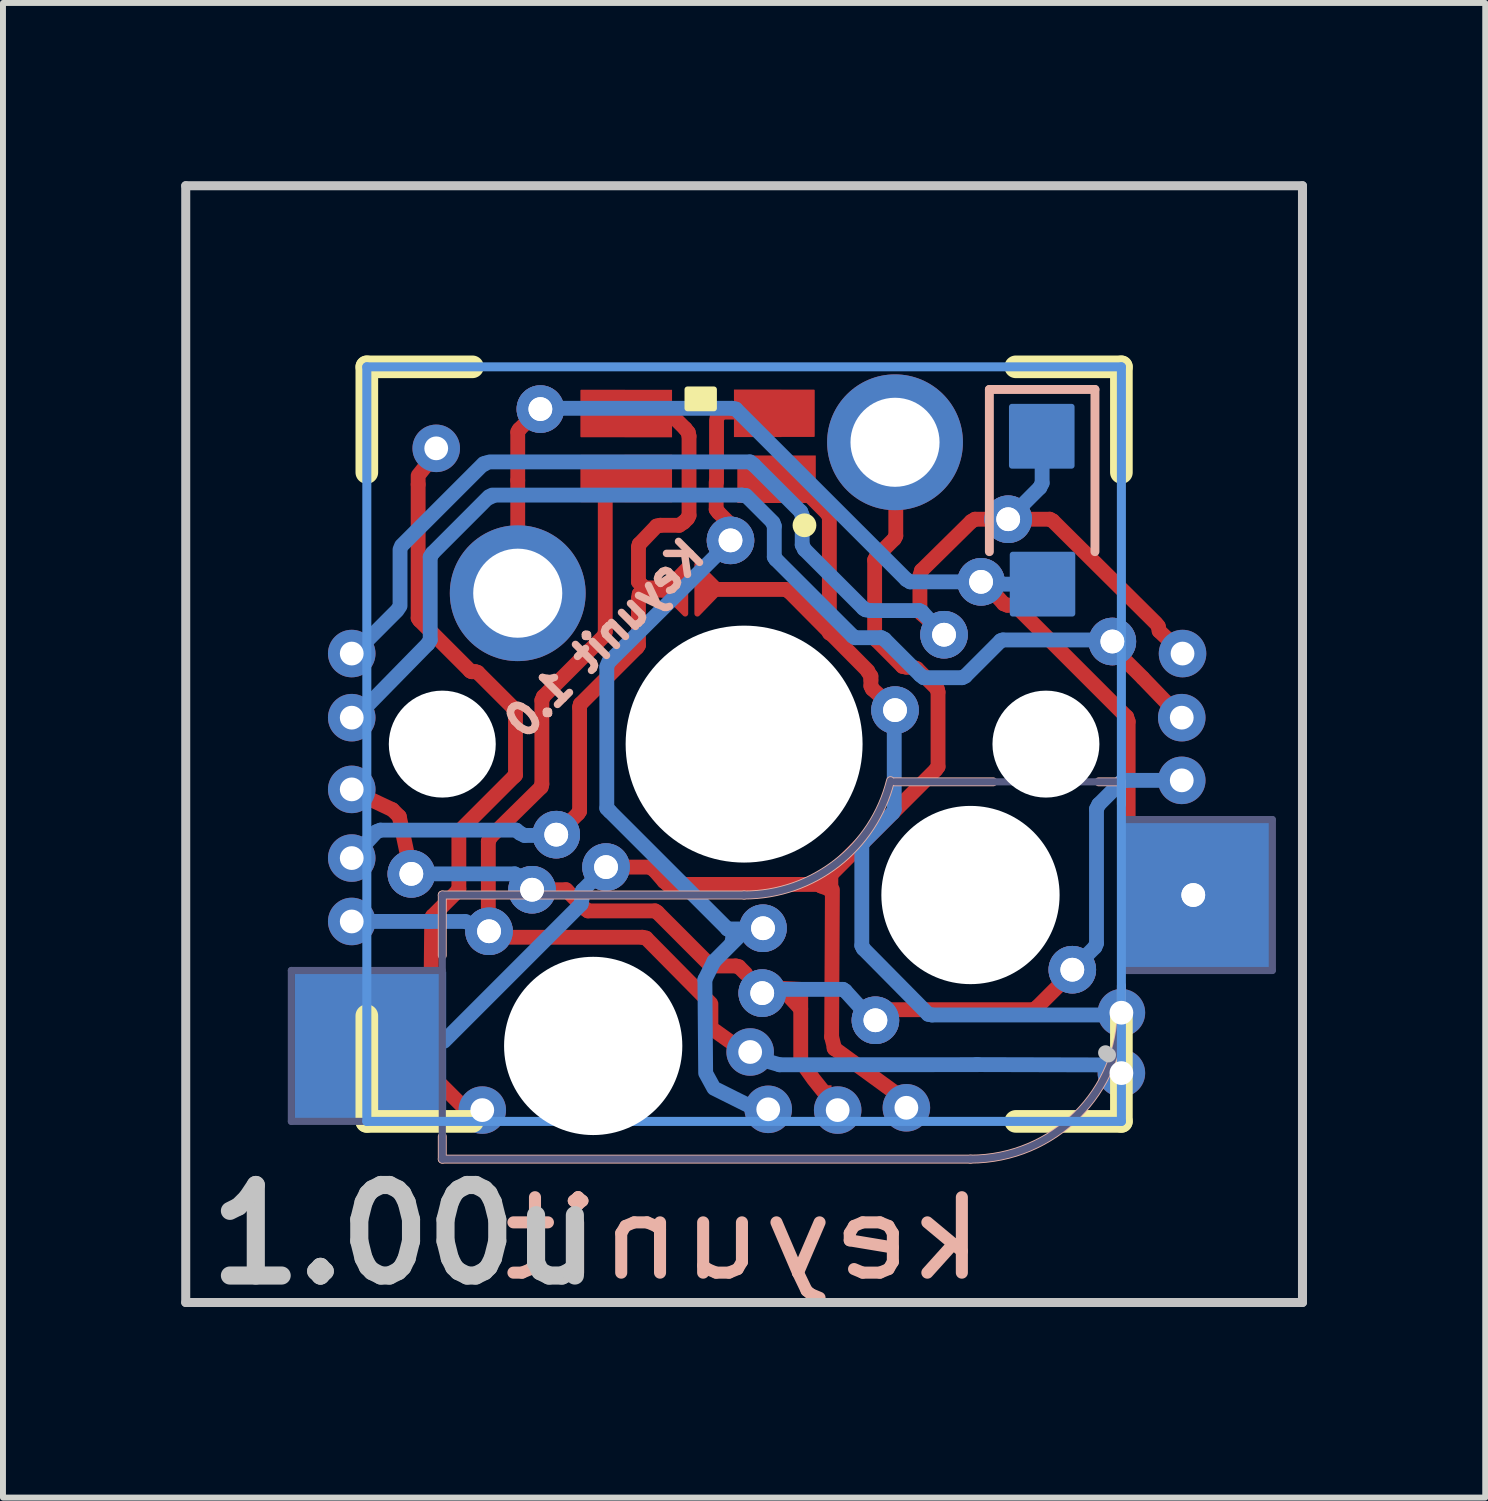
<source format=kicad_pcb>
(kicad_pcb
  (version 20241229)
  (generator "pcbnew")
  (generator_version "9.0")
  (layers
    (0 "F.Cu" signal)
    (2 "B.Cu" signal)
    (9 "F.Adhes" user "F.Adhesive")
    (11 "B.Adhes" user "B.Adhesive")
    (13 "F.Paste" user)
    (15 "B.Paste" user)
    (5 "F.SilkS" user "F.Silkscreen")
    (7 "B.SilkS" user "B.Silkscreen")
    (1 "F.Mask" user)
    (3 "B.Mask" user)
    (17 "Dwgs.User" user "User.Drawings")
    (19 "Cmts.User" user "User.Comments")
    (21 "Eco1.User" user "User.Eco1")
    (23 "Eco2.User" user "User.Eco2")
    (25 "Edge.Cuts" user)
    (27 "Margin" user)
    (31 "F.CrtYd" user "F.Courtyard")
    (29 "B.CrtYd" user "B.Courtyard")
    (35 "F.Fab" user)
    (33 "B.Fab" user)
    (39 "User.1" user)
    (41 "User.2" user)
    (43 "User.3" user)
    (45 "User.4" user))
  (footprint "keyunit"
    (layer "F.Cu")
    (at 9.474 9.474)
    (property "Reference" "keyunit" (at 0 8.319 0) (layer "B.SilkS") (effects (font (size 1.27 1.524) (thickness 0.203)) (justify mirror)))
    (attr through_hole)
    (fp_line (start -5.918 1.105) (end -5.804 1.219) (stroke (width 0.25) (type solid)) (layer "F.Cu"))
    (fp_line (start -5.804 1.219) (end -5.664 1.88) (stroke (width 0.25) (type solid)) (layer "F.Cu"))
    (fp_line (start -5.486 -4.369) (end -5.486 -2.121) (stroke (width 0.25) (type solid)) (layer "F.Cu"))
    (fp_line (start -5.486 -2.121) (end -5.461 -2.083) (stroke (width 0.25) (type solid)) (layer "F.Cu"))
    (fp_line (start -5.461 -2.083) (end -4.61 -1.232) (stroke (width 0.25) (type solid)) (layer "F.Cu"))
    (fp_line (start -4.826 2.477) (end -5.245 2.896) (stroke (width 0.25) (type solid)) (layer "F.Cu"))
    (fp_line (start -4.801 1.511) (end -4.801 2.438) (stroke (width 0.25) (type solid)) (layer "F.Cu"))
    (fp_line (start -4.801 2.438) (end -4.826 2.477) (stroke (width 0.25) (type solid)) (layer "F.Cu"))
    (fp_line (start -4.775 1.448) (end -4.801 1.511) (stroke (width 0.25) (type solid)) (layer "F.Cu"))
    (fp_line (start -4.61 -1.232) (end -4.585 -1.219) (stroke (width 0.25) (type solid)) (layer "F.Cu"))
    (fp_line (start -4.585 -1.219) (end -4.521 -1.219) (stroke (width 0.25) (type solid)) (layer "F.Cu"))
    (fp_line (start -4.521 -1.219) (end -4.483 -1.206) (stroke (width 0.25) (type solid)) (layer "F.Cu"))
    (fp_line (start -4.483 -1.206) (end -3.886 -0.61) (stroke (width 0.25) (type solid)) (layer "F.Cu"))
    (fp_line (start -4.305 1.638) (end -4.267 1.562) (stroke (width 0.25) (type solid)) (layer "F.Cu"))
    (fp_line (start -4.305 2.845) (end -4.305 1.638) (stroke (width 0.25) (type solid)) (layer "F.Cu"))
    (fp_line (start -4.267 1.562) (end -3.416 0.724) (stroke (width 0.25) (type solid)) (layer "F.Cu"))
    (fp_line (start -3.988 3.251) (end -1.714 3.251) (stroke (width 0.25) (type solid)) (layer "F.Cu"))
    (fp_line (start -3.886 -0.61) (end -3.848 -0.559) (stroke (width 0.25) (type solid)) (layer "F.Cu"))
    (fp_line (start -3.873 0.546) (end -4.775 1.448) (stroke (width 0.25) (type solid)) (layer "F.Cu"))
    (fp_line (start -3.848 -0.559) (end -3.848 0.521) (stroke (width 0.25) (type solid)) (layer "F.Cu"))
    (fp_line (start -3.848 0.521) (end -3.873 0.546) (stroke (width 0.25) (type solid)) (layer "F.Cu"))
    (fp_line (start -3.81 -5.258) (end -3.785 -5.296) (stroke (width 0.25) (type solid)) (layer "F.Cu"))
    (fp_line (start -3.81 -5.237) (end -3.81 -4.44) (stroke (width 0.25) (type solid)) (layer "F.Cu"))
    (fp_line (start -3.785 -5.296) (end -3.683 -5.397) (stroke (width 0.25) (type solid)) (layer "F.Cu"))
    (fp_line (start -3.416 0.724) (end -3.404 0.673) (stroke (width 0.25) (type solid)) (layer "F.Cu"))
    (fp_line (start -3.404 -0.737) (end -3.378 -0.8) (stroke (width 0.25) (type solid)) (layer "F.Cu"))
    (fp_line (start -3.404 0.673) (end -3.404 -0.737) (stroke (width 0.25) (type solid)) (layer "F.Cu"))
    (fp_line (start -3.378 -0.8) (end -2.349 -1.829) (stroke (width 0.25) (type solid)) (layer "F.Cu"))
    (fp_line (start -3.264 2.451) (end -2.997 2.451) (stroke (width 0.25) (type solid)) (layer "F.Cu"))
    (fp_line (start -2.997 2.451) (end -2.972 2.477) (stroke (width 0.25) (type solid)) (layer "F.Cu"))
    (fp_line (start -2.972 2.477) (end -2.68 2.769) (stroke (width 0.25) (type solid)) (layer "F.Cu"))
    (fp_line (start -2.794 1.168) (end -2.908 1.283) (stroke (width 0.25) (type solid)) (layer "F.Cu"))
    (fp_line (start -2.769 -0.622) (end -2.769 1.13) (stroke (width 0.25) (type solid)) (layer "F.Cu"))
    (fp_line (start -2.769 1.13) (end -2.794 1.168) (stroke (width 0.25) (type solid)) (layer "F.Cu"))
    (fp_line (start -2.756 -0.673) (end -2.769 -0.622) (stroke (width 0.25) (type solid)) (layer "F.Cu"))
    (fp_line (start -2.68 2.769) (end -2.629 2.807) (stroke (width 0.25) (type solid)) (layer "F.Cu"))
    (fp_line (start -2.629 2.807) (end -1.499 2.807) (stroke (width 0.25) (type solid)) (layer "F.Cu"))
    (fp_line (start -2.349 -1.829) (end -2.337 -1.892) (stroke (width 0.25) (type solid)) (layer "F.Cu"))
    (fp_line (start -1.968 2.07) (end -1.587 2.07) (stroke (width 0.25) (type solid)) (layer "F.Cu"))
    (fp_line (start -1.803 -1.626) (end -2.756 -0.673) (stroke (width 0.25) (type solid)) (layer "F.Cu"))
    (fp_line (start -1.778 -3.315) (end -1.778 -2.731) (stroke (width 0.25) (type solid)) (layer "F.Cu"))
    (fp_line (start -1.778 -2.731) (end -1.74 -2.692) (stroke (width 0.25) (type solid)) (layer "F.Cu"))
    (fp_line (start -1.778 -2.451) (end -1.778 -1.664) (stroke (width 0.25) (type solid)) (layer "F.Cu"))
    (fp_line (start -1.778 -1.664) (end -1.803 -1.626) (stroke (width 0.25) (type solid)) (layer "F.Cu"))
    (fp_line (start -1.765 -3.365) (end -1.778 -3.315) (stroke (width 0.25) (type solid)) (layer "F.Cu"))
    (fp_line (start -1.765 -2.527) (end -1.778 -2.451) (stroke (width 0.25) (type solid)) (layer "F.Cu"))
    (fp_line (start -1.74 -2.692) (end -1.676 -2.629) (stroke (width 0.25) (type solid)) (layer "F.Cu"))
    (fp_line (start -1.714 3.251) (end -1.651 3.264) (stroke (width 0.25) (type solid)) (layer "F.Cu"))
    (fp_line (start -1.702 -2.591) (end -1.765 -2.527) (stroke (width 0.25) (type solid)) (layer "F.Cu"))
    (fp_line (start -1.676 -2.629) (end -1.346 -2.629) (stroke (width 0.25) (type solid)) (layer "F.Cu"))
    (fp_line (start -1.587 2.07) (end -1.511 2.121) (stroke (width 0.25) (type solid)) (layer "F.Cu"))
    (fp_line (start -1.511 2.121) (end -1.346 2.311) (stroke (width 0.25) (type solid)) (layer "F.Cu"))
    (fp_line (start -1.499 2.807) (end -1.46 2.832) (stroke (width 0.25) (type solid)) (layer "F.Cu"))
    (fp_line (start -1.473 -3.67) (end -1.765 -3.365) (stroke (width 0.25) (type solid)) (layer "F.Cu"))
    (fp_line (start -1.46 2.832) (end -0.572 3.721) (stroke (width 0.25) (type solid)) (layer "F.Cu"))
    (fp_line (start -1.41 -3.683) (end -1.473 -3.67) (stroke (width 0.25) (type solid)) (layer "F.Cu"))
    (fp_line (start -1.359 -2.591) (end -1.702 -2.591) (stroke (width 0.25) (type solid)) (layer "F.Cu"))
    (fp_line (start -1.346 -2.629) (end -1.359 -2.591) (stroke (width 0.25) (type solid)) (layer "F.Cu"))
    (fp_line (start -1.346 2.311) (end -1.283 2.362) (stroke (width 0.25) (type solid)) (layer "F.Cu"))
    (fp_line (start -1.333 -5.588) (end -1.206 -5.524) (stroke (width 0.25) (type solid)) (layer "F.Cu"))
    (fp_line (start -1.283 2.362) (end 1.27 2.362) (stroke (width 0.25) (type solid)) (layer "F.Cu"))
    (fp_line (start -1.206 -5.524) (end -0.991 -5.309) (stroke (width 0.25) (type solid)) (layer "F.Cu"))
    (fp_line (start -1.092 -3.683) (end -1.41 -3.683) (stroke (width 0.25) (type solid)) (layer "F.Cu"))
    (fp_line (start -1.016 -3.734) (end -1.092 -3.683) (stroke (width 0.25) (type solid)) (layer "F.Cu"))
    (fp_line (start -0.991 -5.309) (end -0.94 -5.245) (stroke (width 0.25) (type solid)) (layer "F.Cu"))
    (fp_line (start -0.953 -3.797) (end -1.016 -3.734) (stroke (width 0.25) (type solid)) (layer "F.Cu"))
    (fp_line (start -0.94 -5.245) (end -0.927 -5.182) (stroke (width 0.25) (type solid)) (layer "F.Cu"))
    (fp_line (start -0.927 -5.182) (end -0.927 -3.848) (stroke (width 0.25) (type solid)) (layer "F.Cu"))
    (fp_line (start -0.927 -3.848) (end -0.953 -3.797) (stroke (width 0.25) (type solid)) (layer "F.Cu"))
    (fp_line (start -0.572 3.721) (end -0.508 3.734) (stroke (width 0.25) (type solid)) (layer "F.Cu"))
    (fp_line (start -0.508 3.734) (end -0.14 3.734) (stroke (width 0.25) (type solid)) (layer "F.Cu"))
    (fp_line (start -0.47 -3.95) (end -0.47 -4.407) (stroke (width 0.25) (type solid)) (layer "F.Cu"))
    (fp_line (start -0.47 -3.95) (end -0.432 -3.899) (stroke (width 0.25) (type solid)) (layer "F.Cu"))
    (fp_line (start -0.432 -3.899) (end -0.191 -3.658) (stroke (width 0.25) (type solid)) (layer "F.Cu"))
    (fp_line (start -0.432 -2.603) (end 0.699 -2.603) (stroke (width 0.25) (type solid)) (layer "F.Cu"))
    (fp_line (start -0.14 3.734) (end -0.089 3.747) (stroke (width 0.25) (type solid)) (layer "F.Cu"))
    (fp_line (start -0.089 3.747) (end 0.025 3.861) (stroke (width 0.25) (type solid)) (layer "F.Cu"))
    (fp_line (start 0.572 -4.47) (end 0.762 -4.47) (stroke (width 0.25) (type solid)) (layer "F.Cu"))
    (fp_line (start 0.699 -2.603) (end 0.762 -2.565) (stroke (width 0.25) (type solid)) (layer "F.Cu"))
    (fp_line (start 0.762 -4.47) (end 0.826 -4.458) (stroke (width 0.25) (type solid)) (layer "F.Cu"))
    (fp_line (start 0.762 -2.565) (end 2.083 -1.232) (stroke (width 0.25) (type solid)) (layer "F.Cu"))
    (fp_line (start 0.826 -4.458) (end 1.397 -3.886) (stroke (width 0.25) (type solid)) (layer "F.Cu"))
    (fp_line (start 0.914 4.318) (end 0.851 4.128) (stroke (width 0.25) (type solid)) (layer "F.Cu"))
    (fp_line (start 0.953 4.128) (end 0.457 4.102) (stroke (width 0.25) (type solid)) (layer "F.Cu"))
    (fp_line (start 0.953 4.153) (end 0.953 5.334) (stroke (width 0.25) (type solid)) (layer "F.Cu"))
    (fp_line (start 0.953 4.458) (end 0.648 4.128) (stroke (width 0.25) (type solid)) (layer "F.Cu"))
    (fp_line (start 1.295 2.388) (end 1.333 2.324) (stroke (width 0.25) (type solid)) (layer "F.Cu"))
    (fp_line (start 1.333 2.324) (end 3.226 0.432) (stroke (width 0.25) (type solid)) (layer "F.Cu"))
    (fp_line (start 1.397 -3.886) (end 1.435 -3.823) (stroke (width 0.25) (type solid)) (layer "F.Cu"))
    (fp_line (start 1.435 -3.823) (end 1.435 -1.867) (stroke (width 0.25) (type solid)) (layer "F.Cu"))
    (fp_line (start 1.46 2.451) (end 1.295 2.388) (stroke (width 0.25) (type solid)) (layer "F.Cu"))
    (fp_line (start 1.46 2.477) (end 1.46 2.223) (stroke (width 0.25) (type solid)) (layer "F.Cu"))
    (fp_line (start 1.473 4.928) (end 1.486 2.451) (stroke (width 0.25) (type solid)) (layer "F.Cu"))
    (fp_line (start 1.524 5.131) (end 1.473 4.928) (stroke (width 0.25) (type solid)) (layer "F.Cu"))
    (fp_line (start 2.083 -1.219) (end 2.134 -1.143) (stroke (width 0.25) (type solid)) (layer "F.Cu"))
    (fp_line (start 2.134 -1.143) (end 2.134 -1.079) (stroke (width 0.25) (type solid)) (layer "F.Cu"))
    (fp_line (start 2.134 -1.079) (end 2.134 -0.978) (stroke (width 0.25) (type solid)) (layer "F.Cu"))
    (fp_line (start 2.134 -0.978) (end 2.159 -0.927) (stroke (width 0.25) (type solid)) (layer "F.Cu"))
    (fp_line (start 2.159 -0.927) (end 2.273 -0.826) (stroke (width 0.25) (type solid)) (layer "F.Cu"))
    (fp_line (start 2.197 -3.099) (end 2.223 -3.15) (stroke (width 0.25) (type solid)) (layer "F.Cu"))
    (fp_line (start 2.197 -1.803) (end 2.197 -3.099) (stroke (width 0.25) (type solid)) (layer "F.Cu"))
    (fp_line (start 2.223 -3.15) (end 2.527 -3.454) (stroke (width 0.25) (type solid)) (layer "F.Cu"))
    (fp_line (start 2.223 -1.753) (end 2.197 -1.803) (stroke (width 0.25) (type solid)) (layer "F.Cu"))
    (fp_line (start 2.311 4.47) (end 4.877 4.47) (stroke (width 0.25) (type solid)) (layer "F.Cu"))
    (fp_line (start 2.527 -3.454) (end 2.553 -3.505) (stroke (width 0.25) (type solid)) (layer "F.Cu"))
    (fp_line (start 2.553 -3.505) (end 2.553 -4) (stroke (width 0.25) (type solid)) (layer "F.Cu"))
    (fp_line (start 2.667 -1.308) (end 2.223 -1.753) (stroke (width 0.25) (type solid)) (layer "F.Cu"))
    (fp_line (start 2.731 -1.295) (end 2.667 -1.308) (stroke (width 0.25) (type solid)) (layer "F.Cu"))
    (fp_line (start 2.807 -1.295) (end 2.731 -1.295) (stroke (width 0.25) (type solid)) (layer "F.Cu"))
    (fp_line (start 2.87 -1.283) (end 2.807 -1.295) (stroke (width 0.25) (type solid)) (layer "F.Cu"))
    (fp_line (start 2.908 -1.27) (end 2.87 -1.283) (stroke (width 0.25) (type solid)) (layer "F.Cu"))
    (fp_line (start 2.959 -2.832) (end 2.985 -2.921) (stroke (width 0.25) (type solid)) (layer "F.Cu"))
    (fp_line (start 2.959 -2.248) (end 2.959 -2.832) (stroke (width 0.25) (type solid)) (layer "F.Cu"))
    (fp_line (start 2.985 -2.921) (end 3.823 -3.747) (stroke (width 0.25) (type solid)) (layer "F.Cu"))
    (fp_line (start 2.985 -2.197) (end 2.959 -2.248) (stroke (width 0.25) (type solid)) (layer "F.Cu"))
    (fp_line (start 3.137 -2.057) (end 2.985 -2.197) (stroke (width 0.25) (type solid)) (layer "F.Cu"))
    (fp_line (start 3.226 0.432) (end 3.264 0.381) (stroke (width 0.25) (type solid)) (layer "F.Cu"))
    (fp_line (start 3.251 -0.927) (end 2.908 -1.27) (stroke (width 0.25) (type solid)) (layer "F.Cu"))
    (fp_line (start 3.264 -0.876) (end 3.251 -0.927) (stroke (width 0.25) (type solid)) (layer "F.Cu"))
    (fp_line (start 3.264 0.381) (end 3.264 -0.876) (stroke (width 0.25) (type solid)) (layer "F.Cu"))
    (fp_line (start 3.823 -3.747) (end 3.886 -3.785) (stroke (width 0.25) (type solid)) (layer "F.Cu"))
    (fp_line (start 3.886 -3.785) (end 4.089 -3.785) (stroke (width 0.25) (type solid)) (layer "F.Cu"))
    (fp_line (start 4.369 -2.362) (end 4.242 -2.502) (stroke (width 0.25) (type solid)) (layer "F.Cu"))
    (fp_line (start 4.432 -2.337) (end 4.369 -2.362) (stroke (width 0.25) (type solid)) (layer "F.Cu"))
    (fp_line (start 4.534 -2.337) (end 4.432 -2.337) (stroke (width 0.25) (type solid)) (layer "F.Cu"))
    (fp_line (start 4.572 -2.324) (end 4.534 -2.337) (stroke (width 0.25) (type solid)) (layer "F.Cu"))
    (fp_line (start 4.877 4.47) (end 4.928 4.432) (stroke (width 0.25) (type solid)) (layer "F.Cu"))
    (fp_line (start 4.928 4.432) (end 5.296 4.064) (stroke (width 0.25) (type solid)) (layer "F.Cu"))
    (fp_line (start 5.144 -3.785) (end 4.801 -3.785) (stroke (width 0.25) (type solid)) (layer "F.Cu"))
    (fp_line (start 5.194 -3.759) (end 5.144 -3.785) (stroke (width 0.25) (type solid)) (layer "F.Cu"))
    (fp_line (start 6.363 -1.46) (end 6.701 -1.123) (stroke (width 0.25) (type solid)) (layer "F.Cu"))
    (fp_line (start 6.439 -0.457) (end 4.572 -2.324) (stroke (width 0.25) (type solid)) (layer "F.Cu"))
    (fp_line (start 6.464 -0.381) (end 6.439 -0.457) (stroke (width 0.25) (type solid)) (layer "F.Cu"))
    (fp_line (start 6.464 1.422) (end 6.464 -0.381) (stroke (width 0.25) (type solid)) (layer "F.Cu"))
    (fp_line (start 6.502 1.499) (end 6.464 1.422) (stroke (width 0.25) (type solid)) (layer "F.Cu"))
    (fp_line (start 6.985 -1.905) (end 6.972 -1.981) (stroke (width 0.25) (type solid)) (layer "F.Cu"))
    (fp_line (start 7.315 2.311) (end 6.502 1.499) (stroke (width 0.25) (type solid)) (layer "F.Cu"))
    (fp_poly (pts (xy -1.397 -2.603) (xy -0.991 -3.023) (xy -0.991 -2.197)) (stroke (width 0.1) (type solid)) (fill yes) (layer "F.Cu"))
    (fp_poly (pts (xy -0.381 -2.616) (xy -0.787 -2.197) (xy -0.787 -3.023)) (stroke (width 0.1) (type solid)) (fill yes) (layer "F.Cu"))
    (fp_circle (center -6.604 -1.526) (end -6.504 -1.526) (stroke (width 0.2) (type solid)) (fill no) (layer "F.Mask"))
    (fp_circle (center -6.604 -0.445) (end -6.504 -0.445) (stroke (width 0.2) (type solid)) (fill no) (layer "F.Mask"))
    (fp_circle (center -6.604 0.762) (end -6.504 0.762) (stroke (width 0.2) (type solid)) (fill no) (layer "F.Mask"))
    (fp_circle (center -6.604 1.905) (end -6.504 1.905) (stroke (width 0.2) (type solid)) (fill no) (layer "F.Mask"))
    (fp_circle (center -6.604 2.985) (end -6.504 2.985) (stroke (width 0.2) (type solid)) (fill no) (layer "F.Mask"))
    (fp_circle (center -5.588 2.159) (end -5.488 2.159) (stroke (width 0.2) (type solid)) (fill no) (layer "F.Mask"))
    (fp_circle (center -5.182 -4.978) (end -5.082 -4.978) (stroke (width 0.2) (type solid)) (fill no) (layer "F.Mask"))
    (fp_circle (center -5.08 0) (end -4.63 0) (stroke (width 0.9) (type solid)) (fill no) (layer "F.Mask"))
    (fp_circle (center -4.407 6.16) (end -4.307 6.16) (stroke (width 0.2) (type solid)) (fill no) (layer "F.Mask"))
    (fp_circle (center -4.293 3.15) (end -4.193 3.15) (stroke (width 0.2) (type solid)) (fill no) (layer "F.Mask"))
    (fp_circle (center -3.569 2.451) (end -3.469 2.451) (stroke (width 0.2) (type solid)) (fill no) (layer "F.Mask"))
    (fp_circle (center -3.429 -5.639) (end -3.329 -5.639) (stroke (width 0.2) (type solid)) (fill no) (layer "F.Mask"))
    (fp_circle (center -3.175 1.524) (end -3.075 1.524) (stroke (width 0.2) (type solid)) (fill no) (layer "F.Mask"))
    (fp_circle (center -3.162 1.524) (end -3.062 1.524) (stroke (width 0.2) (type solid)) (fill no) (layer "F.Mask"))
    (fp_circle (center -2.552 5.08) (end -1.802 5.08) (stroke (width 1.5) (type solid)) (fill no) (layer "F.Mask"))
    (fp_circle (center -2.324 2.057) (end -2.224 2.057) (stroke (width 0.2) (type solid)) (fill no) (layer "F.Mask"))
    (fp_circle (center -0.227 -3.429) (end -0.127 -3.429) (stroke (width 0.2) (type solid)) (fill no) (layer "F.Mask"))
    (fp_circle (center 0 -0.011) (end 1 -0.011) (stroke (width 2) (type solid)) (fill no) (layer "F.Mask"))
    (fp_circle (center 0.102 5.194) (end 0.202 5.194) (stroke (width 0.2) (type solid)) (fill no) (layer "F.Mask"))
    (fp_circle (center 0.305 4.204) (end 0.405 4.204) (stroke (width 0.2) (type solid)) (fill no) (layer "F.Mask"))
    (fp_circle (center 0.318 3.099) (end 0.417 3.099) (stroke (width 0.2) (type solid)) (fill no) (layer "F.Mask"))
    (fp_circle (center 0.356 6.147) (end 0.456 6.147) (stroke (width 0.2) (type solid)) (fill no) (layer "F.Mask"))
    (fp_circle (center 2.197 4.648) (end 2.297 4.648) (stroke (width 0.2) (type solid)) (fill no) (layer "F.Mask"))
    (fp_circle (center 2.54 -0.572) (end 2.64 -0.572) (stroke (width 0.2) (type solid)) (fill no) (layer "F.Mask"))
    (fp_circle (center 2.718 6.123) (end 2.818 6.123) (stroke (width 0.2) (type solid)) (fill no) (layer "F.Mask"))
    (fp_circle (center 3.365 -1.841) (end 3.466 -1.841) (stroke (width 0.2) (type solid)) (fill no) (layer "F.Mask"))
    (fp_circle (center 3.81 2.542) (end 4.56 2.542) (stroke (width 1.5) (type solid)) (fill no) (layer "F.Mask"))
    (fp_circle (center 3.988 -2.731) (end 4.088 -2.731) (stroke (width 0.2) (type solid)) (fill no) (layer "F.Mask"))
    (fp_circle (center 4.445 -3.785) (end 4.545 -3.785) (stroke (width 0.2) (type solid)) (fill no) (layer "F.Mask"))
    (fp_circle (center 5.08 -0.005) (end 5.53 -0.005) (stroke (width 0.9) (type solid)) (fill no) (layer "F.Mask"))
    (fp_circle (center 5.524 3.797) (end 5.625 3.797) (stroke (width 0.2) (type solid)) (fill no) (layer "F.Mask"))
    (fp_circle (center 6.198 -1.727) (end 6.298 -1.727) (stroke (width 0.2) (type solid)) (fill no) (layer "F.Mask"))
    (fp_circle (center 6.337 5.537) (end 6.437 5.537) (stroke (width 0.2) (type solid)) (fill no) (layer "F.Mask"))
    (fp_circle (center 6.35 4.521) (end 6.45 4.521) (stroke (width 0.2) (type solid)) (fill no) (layer "F.Mask"))
    (fp_circle (center 7.355 -0.445) (end 7.455 -0.445) (stroke (width 0.2) (type solid)) (fill no) (layer "F.Mask"))
    (fp_circle (center 7.366 0.597) (end 7.466 0.597) (stroke (width 0.2) (type solid)) (fill no) (layer "F.Mask"))
    (fp_circle (center 7.379 -1.524) (end 7.479 -1.524) (stroke (width 0.2) (type solid)) (fill no) (layer "F.Mask"))
    (fp_circle (center 7.56 2.54) (end 7.66 2.54) (stroke (width 0.2) (type solid)) (fill no) (layer "F.Mask"))
    (fp_poly (pts (xy -1.397 -2.603) (xy -0.991 -3.023) (xy -0.991 -2.197)) (stroke (width 0.2) (type solid)) (fill yes) (layer "F.Mask"))
    (fp_poly (pts (xy -0.381 -2.616) (xy -0.787 -2.197) (xy -0.787 -3.023)) (stroke (width 0.2) (type solid)) (fill yes) (layer "F.Mask"))
    (fp_poly (pts (xy -1.27 -5.22) (xy -2.705 -5.22) (xy -2.705 -5.918) (xy -1.27 -5.918)) (stroke (width 0.2) (type solid)) (fill yes) (layer "F.Mask"))
    (fp_poly (pts (xy -1.27 -4.115) (xy -2.718 -4.115) (xy -2.718 -4.813) (xy -1.27 -4.813)) (stroke (width 0.2) (type solid)) (fill yes) (layer "F.Mask"))
    (fp_poly (pts (xy 1.143 -5.22) (xy -0.127 -5.22) (xy -0.127 -5.918) (xy 1.143 -5.918)) (stroke (width 0.2) (type solid)) (fill yes) (layer "F.Mask"))
    (fp_poly (pts (xy 1.143 -4.115) (xy -0.127 -4.115) (xy -0.127 -4.813) (xy 1.143 -4.813)) (stroke (width 0.2) (type solid)) (fill yes) (layer "F.Mask"))
    (fp_line (start -6.185 1.473) (end -6.121 1.448) (stroke (width 0.25) (type solid)) (layer "B.Cu"))
    (fp_line (start -6.121 1.448) (end -3.835 1.448) (stroke (width 0.25) (type solid)) (layer "B.Cu"))
    (fp_line (start -5.321 -1.689) (end -5.283 -1.753) (stroke (width 0.25) (type solid)) (layer "B.Cu"))
    (fp_line (start -5.321 2.985) (end -4.712 2.985) (stroke (width 0.25) (type solid)) (layer "B.Cu"))
    (fp_line (start -5.296 2.184) (end -3.861 2.184) (stroke (width 0.25) (type solid)) (layer "B.Cu"))
    (fp_line (start -5.283 -3.15) (end -5.245 -3.213) (stroke (width 0.25) (type solid)) (layer "B.Cu"))
    (fp_line (start -5.283 -1.753) (end -5.283 -3.15) (stroke (width 0.25) (type solid)) (layer "B.Cu"))
    (fp_line (start -5.245 -3.213) (end -4.293 -4.166) (stroke (width 0.25) (type solid)) (layer "B.Cu"))
    (fp_line (start -4.686 2.985) (end -4.559 3.048) (stroke (width 0.25) (type solid)) (layer "B.Cu"))
    (fp_line (start -4.369 -4.712) (end -4.331 -4.737) (stroke (width 0.25) (type solid)) (layer "B.Cu"))
    (fp_line (start -4.28 -4.153) (end -4.229 -4.178) (stroke (width 0.25) (type solid)) (layer "B.Cu"))
    (fp_line (start -4.242 -4.191) (end -0.038 -4.191) (stroke (width 0.25) (type solid)) (layer "B.Cu"))
    (fp_line (start -3.861 2.184) (end -3.81 2.21) (stroke (width 0.25) (type solid)) (layer "B.Cu"))
    (fp_line (start -3.835 1.448) (end -3.772 1.499) (stroke (width 0.25) (type solid)) (layer "B.Cu"))
    (fp_line (start -3.81 2.21) (end -3.772 2.235) (stroke (width 0.25) (type solid)) (layer "B.Cu"))
    (fp_line (start -3.772 1.499) (end -3.696 1.537) (stroke (width 0.25) (type solid)) (layer "B.Cu"))
    (fp_line (start -3.696 1.537) (end -3.454 1.537) (stroke (width 0.25) (type solid)) (layer "B.Cu"))
    (fp_line (start -3.073 -5.652) (end -0.203 -5.652) (stroke (width 0.25) (type solid)) (layer "B.Cu"))
    (fp_line (start -2.743 2.515) (end -2.731 2.616) (stroke (width 0.25) (type solid)) (layer "B.Cu"))
    (fp_line (start -2.731 2.616) (end -2.743 2.692) (stroke (width 0.25) (type solid)) (layer "B.Cu"))
    (fp_line (start -2.718 2.464) (end -2.718 2.502) (stroke (width 0.25) (type solid)) (layer "B.Cu"))
    (fp_line (start -2.718 2.502) (end -2.743 2.515) (stroke (width 0.25) (type solid)) (layer "B.Cu"))
    (fp_line (start -2.553 2.299) (end -2.718 2.464) (stroke (width 0.25) (type solid)) (layer "B.Cu"))
    (fp_line (start -2.311 -1.283) (end -2.311 1.079) (stroke (width 0.25) (type solid)) (layer "B.Cu"))
    (fp_line (start -2.311 1.079) (end -2.261 1.13) (stroke (width 0.25) (type solid)) (layer "B.Cu"))
    (fp_line (start -2.273 -1.397) (end -2.311 -1.308) (stroke (width 0.25) (type solid)) (layer "B.Cu"))
    (fp_line (start -2.261 1.13) (end -0.279 3.111) (stroke (width 0.25) (type solid)) (layer "B.Cu"))
    (fp_line (start -0.508 3.658) (end -0.66 3.962) (stroke (width 0.25) (type solid)) (layer "B.Cu"))
    (fp_line (start -0.457 -3.188) (end -2.261 -1.397) (stroke (width 0.25) (type solid)) (layer "B.Cu"))
    (fp_line (start -0.279 3.111) (end -0.178 3.175) (stroke (width 0.25) (type solid)) (layer "B.Cu"))
    (fp_line (start -0.279 3.111) (end 0.038 3.111) (stroke (width 0.25) (type solid)) (layer "B.Cu"))
    (fp_line (start -0.203 -5.652) (end -0.14 -5.639) (stroke (width 0.25) (type solid)) (layer "B.Cu"))
    (fp_line (start -0.178 3.175) (end -0.203 3.327) (stroke (width 0.25) (type solid)) (layer "B.Cu"))
    (fp_line (start -0.14 -5.639) (end 2.731 -2.769) (stroke (width 0.25) (type solid)) (layer "B.Cu"))
    (fp_line (start -0.038 -4.191) (end 0.025 -4.178) (stroke (width 0.25) (type solid)) (layer "B.Cu"))
    (fp_line (start 0.03 -4.186) (end 0.488 -3.729) (stroke (width 0.25) (type solid)) (layer "B.Cu"))
    (fp_line (start 0.038 3.111) (end -0.508 3.658) (stroke (width 0.25) (type solid)) (layer "B.Cu"))
    (fp_line (start 0.089 -4.75) (end -4.28 -4.75) (stroke (width 0.25) (type solid)) (layer "B.Cu"))
    (fp_line (start 0.165 -4.699) (end 0.102 -4.75) (stroke (width 0.25) (type solid)) (layer "B.Cu"))
    (fp_line (start 0.381 5.334) (end 0.597 5.397) (stroke (width 0.25) (type solid)) (layer "B.Cu"))
    (fp_line (start 0.445 4.128) (end 1.664 4.128) (stroke (width 0.25) (type solid)) (layer "B.Cu"))
    (fp_line (start 0.483 -3.721) (end 0.508 -3.67) (stroke (width 0.25) (type solid)) (layer "B.Cu"))
    (fp_line (start 0.508 -3.67) (end 0.508 -3.15) (stroke (width 0.25) (type solid)) (layer "B.Cu"))
    (fp_line (start 0.508 -3.15) (end 0.533 -3.111) (stroke (width 0.25) (type solid)) (layer "B.Cu"))
    (fp_line (start 0.533 -3.111) (end 1.829 -1.816) (stroke (width 0.25) (type solid)) (layer "B.Cu"))
    (fp_line (start 0.597 5.397) (end 3.937 5.395) (stroke (width 0.25) (type solid)) (layer "B.Cu"))
    (fp_line (start 0.953 -3.912) (end 0.165 -4.699) (stroke (width 0.25) (type solid)) (layer "B.Cu"))
    (fp_line (start 0.978 -3.848) (end 0.953 -3.912) (stroke (width 0.25) (type solid)) (layer "B.Cu"))
    (fp_line (start 0.978 -3.353) (end 0.978 -3.848) (stroke (width 0.25) (type solid)) (layer "B.Cu"))
    (fp_line (start 1.016 -3.277) (end 0.978 -3.353) (stroke (width 0.25) (type solid)) (layer "B.Cu"))
    (fp_line (start 1.664 4.128) (end 1.702 4.153) (stroke (width 0.25) (type solid)) (layer "B.Cu"))
    (fp_line (start 1.702 4.153) (end 1.968 4.445) (stroke (width 0.25) (type solid)) (layer "B.Cu"))
    (fp_line (start 1.829 -1.816) (end 1.867 -1.791) (stroke (width 0.25) (type solid)) (layer "B.Cu"))
    (fp_line (start 1.867 -1.791) (end 2.311 -1.791) (stroke (width 0.25) (type solid)) (layer "B.Cu"))
    (fp_line (start 1.981 1.702) (end 1.981 3.391) (stroke (width 0.25) (type solid)) (layer "B.Cu"))
    (fp_line (start 1.981 3.391) (end 2.007 3.442) (stroke (width 0.25) (type solid)) (layer "B.Cu"))
    (fp_line (start 2.007 -2.286) (end 1.016 -3.277) (stroke (width 0.25) (type solid)) (layer "B.Cu"))
    (fp_line (start 2.007 1.651) (end 1.981 1.702) (stroke (width 0.25) (type solid)) (layer "B.Cu"))
    (fp_line (start 2.007 3.442) (end 3.099 4.547) (stroke (width 0.25) (type solid)) (layer "B.Cu"))
    (fp_line (start 2.045 -2.261) (end 2.007 -2.286) (stroke (width 0.25) (type solid)) (layer "B.Cu"))
    (fp_line (start 2.121 -2.248) (end 2.045 -2.261) (stroke (width 0.25) (type solid)) (layer "B.Cu"))
    (fp_line (start 2.311 -1.791) (end 2.362 -1.765) (stroke (width 0.25) (type solid)) (layer "B.Cu"))
    (fp_line (start 2.362 -1.765) (end 2.959 -1.168) (stroke (width 0.25) (type solid)) (layer "B.Cu"))
    (fp_line (start 2.502 1.156) (end 2.007 1.651) (stroke (width 0.25) (type solid)) (layer "B.Cu"))
    (fp_line (start 2.527 -0.254) (end 2.527 1.105) (stroke (width 0.25) (type solid)) (layer "B.Cu"))
    (fp_line (start 2.527 1.105) (end 2.502 1.156) (stroke (width 0.25) (type solid)) (layer "B.Cu"))
    (fp_line (start 2.731 -2.769) (end 2.794 -2.731) (stroke (width 0.25) (type solid)) (layer "B.Cu"))
    (fp_line (start 2.794 -2.731) (end 3.658 -2.731) (stroke (width 0.25) (type solid)) (layer "B.Cu"))
    (fp_line (start 2.946 -2.248) (end 2.121 -2.248) (stroke (width 0.25) (type solid)) (layer "B.Cu"))
    (fp_line (start 2.972 -1.156) (end 3.023 -1.118) (stroke (width 0.25) (type solid)) (layer "B.Cu"))
    (fp_line (start 2.997 -2.223) (end 2.946 -2.248) (stroke (width 0.25) (type solid)) (layer "B.Cu"))
    (fp_line (start 3.023 -1.118) (end 3.67 -1.118) (stroke (width 0.25) (type solid)) (layer "B.Cu"))
    (fp_line (start 3.099 4.547) (end 3.162 4.559) (stroke (width 0.25) (type solid)) (layer "B.Cu"))
    (fp_line (start 3.15 -2.057) (end 2.997 -2.223) (stroke (width 0.25) (type solid)) (layer "B.Cu"))
    (fp_line (start 3.67 -1.118) (end 3.721 -1.143) (stroke (width 0.25) (type solid)) (layer "B.Cu"))
    (fp_line (start 3.721 -1.143) (end 4.318 -1.74) (stroke (width 0.25) (type solid)) (layer "B.Cu"))
    (fp_line (start 4.267 -2.692) (end 4.775 -2.692) (stroke (width 0.25) (type solid)) (layer "B.Cu"))
    (fp_line (start 4.318 -1.74) (end 4.356 -1.753) (stroke (width 0.25) (type solid)) (layer "B.Cu"))
    (fp_line (start 4.356 -1.753) (end 5.855 -1.753) (stroke (width 0.25) (type solid)) (layer "B.Cu"))
    (fp_line (start 4.661 -4) (end 4.978 -4.318) (stroke (width 0.25) (type solid)) (layer "B.Cu"))
    (fp_line (start 4.978 -4.318) (end 5.016 -4.394) (stroke (width 0.25) (type solid)) (layer "B.Cu"))
    (fp_line (start 5.016 -4.394) (end 5.016 -4.712) (stroke (width 0.25) (type solid)) (layer "B.Cu"))
    (fp_line (start 5.753 3.569) (end 5.905 3.416) (stroke (width 0.25) (type solid)) (layer "B.Cu"))
    (fp_line (start 5.905 3.416) (end 5.931 3.353) (stroke (width 0.25) (type solid)) (layer "B.Cu"))
    (fp_line (start 5.931 1.092) (end 5.969 1.016) (stroke (width 0.25) (type solid)) (layer "B.Cu"))
    (fp_line (start 5.931 3.353) (end 5.931 1.092) (stroke (width 0.25) (type solid)) (layer "B.Cu"))
    (fp_line (start 5.969 1.016) (end 6.375 0.61) (stroke (width 0.25) (type solid)) (layer "B.Cu"))
    (fp_line (start 6.375 0.61) (end 6.426 0.61) (stroke (width 0.25) (type solid)) (layer "B.Cu"))
    (fp_poly (pts (xy 5.512 -4.686) (xy 4.508 -4.686) (xy 4.508 -5.677) (xy 5.512 -5.677)) (stroke (width 0.1) (type solid)) (fill yes) (layer "B.Cu"))
    (fp_poly (pts (xy 5.524 -2.197) (xy 4.521 -2.197) (xy 4.521 -3.188) (xy 5.524 -3.188)) (stroke (width 0.1) (type solid)) (fill yes) (layer "B.Cu"))
    (fp_circle (center -6.604 -1.524) (end -6.504 -1.524) (stroke (width 0.2) (type solid)) (fill no) (layer "B.Mask"))
    (fp_circle (center -6.604 -0.445) (end -6.504 -0.445) (stroke (width 0.2) (type solid)) (fill no) (layer "B.Mask"))
    (fp_circle (center -6.604 0.762) (end -6.504 0.762) (stroke (width 0.2) (type solid)) (fill no) (layer "B.Mask"))
    (fp_circle (center -6.604 1.905) (end -6.504 1.905) (stroke (width 0.2) (type solid)) (fill no) (layer "B.Mask"))
    (fp_circle (center -6.604 2.985) (end -6.504 2.985) (stroke (width 0.2) (type solid)) (fill no) (layer "B.Mask"))
    (fp_circle (center -5.588 2.159) (end -5.488 2.159) (stroke (width 0.2) (type solid)) (fill no) (layer "B.Mask"))
    (fp_circle (center -5.182 -4.978) (end -5.082 -4.978) (stroke (width 0.2) (type solid)) (fill no) (layer "B.Mask"))
    (fp_circle (center -5.08 0) (end -4.63 0) (stroke (width 0.9) (type solid)) (fill no) (layer "B.Mask"))
    (fp_circle (center -4.407 6.16) (end -4.307 6.16) (stroke (width 0.2) (type solid)) (fill no) (layer "B.Mask"))
    (fp_circle (center -4.293 3.15) (end -4.193 3.15) (stroke (width 0.2) (type solid)) (fill no) (layer "B.Mask"))
    (fp_circle (center -3.569 2.451) (end -3.469 2.451) (stroke (width 0.2) (type solid)) (fill no) (layer "B.Mask"))
    (fp_circle (center -3.429 -5.639) (end -3.329 -5.639) (stroke (width 0.2) (type solid)) (fill no) (layer "B.Mask"))
    (fp_circle (center -3.175 1.524) (end -3.075 1.524) (stroke (width 0.2) (type solid)) (fill no) (layer "B.Mask"))
    (fp_circle (center -3.162 1.524) (end -3.062 1.524) (stroke (width 0.2) (type solid)) (fill no) (layer "B.Mask"))
    (fp_circle (center -2.324 2.057) (end -2.224 2.057) (stroke (width 0.2) (type solid)) (fill no) (layer "B.Mask"))
    (fp_circle (center -0.227 -3.429) (end -0.127 -3.429) (stroke (width 0.2) (type solid)) (fill no) (layer "B.Mask"))
    (fp_circle (center 0 -0.011) (end 1 -0.011) (stroke (width 2) (type solid)) (fill no) (layer "B.Mask"))
    (fp_circle (center 0.305 4.166) (end 0.405 4.166) (stroke (width 0.2) (type solid)) (fill no) (layer "B.Mask"))
    (fp_circle (center 0.318 3.099) (end 0.417 3.099) (stroke (width 0.2) (type solid)) (fill no) (layer "B.Mask"))
    (fp_circle (center 0.356 6.147) (end 0.456 6.147) (stroke (width 0.2) (type solid)) (fill no) (layer "B.Mask"))
    (fp_circle (center 1.575 6.147) (end 1.675 6.147) (stroke (width 0.2) (type solid)) (fill no) (layer "B.Mask"))
    (fp_circle (center 2.197 4.648) (end 2.297 4.648) (stroke (width 0.2) (type solid)) (fill no) (layer "B.Mask"))
    (fp_circle (center 2.54 -0.572) (end 2.64 -0.572) (stroke (width 0.2) (type solid)) (fill no) (layer "B.Mask"))
    (fp_circle (center 2.718 6.123) (end 2.818 6.123) (stroke (width 0.2) (type solid)) (fill no) (layer "B.Mask"))
    (fp_circle (center 3.365 -1.841) (end 3.466 -1.841) (stroke (width 0.2) (type solid)) (fill no) (layer "B.Mask"))
    (fp_circle (center 3.988 -2.731) (end 4.088 -2.731) (stroke (width 0.2) (type solid)) (fill no) (layer "B.Mask"))
    (fp_circle (center 4.445 -3.785) (end 4.545 -3.785) (stroke (width 0.2) (type solid)) (fill no) (layer "B.Mask"))
    (fp_circle (center 5.08 -0.005) (end 5.53 -0.005) (stroke (width 0.9) (type solid)) (fill no) (layer "B.Mask"))
    (fp_circle (center 5.524 3.797) (end 5.625 3.797) (stroke (width 0.2) (type solid)) (fill no) (layer "B.Mask"))
    (fp_circle (center 6.198 -1.727) (end 6.298 -1.727) (stroke (width 0.2) (type solid)) (fill no) (layer "B.Mask"))
    (fp_circle (center 6.337 5.537) (end 6.437 5.537) (stroke (width 0.2) (type solid)) (fill no) (layer "B.Mask"))
    (fp_circle (center 6.35 4.521) (end 6.45 4.521) (stroke (width 0.2) (type solid)) (fill no) (layer "B.Mask"))
    (fp_circle (center 7.364 -0.445) (end 7.464 -0.445) (stroke (width 0.2) (type solid)) (fill no) (layer "B.Mask"))
    (fp_circle (center 7.366 0.597) (end 7.466 0.597) (stroke (width 0.2) (type solid)) (fill no) (layer "B.Mask"))
    (fp_circle (center 7.379 -1.524) (end 7.479 -1.524) (stroke (width 0.2) (type solid)) (fill no) (layer "B.Mask"))
    (fp_circle (center 7.56 2.54) (end 7.66 2.54) (stroke (width 0.2) (type solid)) (fill no) (layer "B.Mask"))
    (fp_poly (pts (xy 5.512 -4.686) (xy 4.508 -4.686) (xy 4.508 -5.677) (xy 5.512 -5.677)) (stroke (width 0.3) (type solid)) (fill yes) (layer "B.Mask"))
    (fp_poly (pts (xy 5.524 -2.197) (xy 4.521 -2.197) (xy 4.521 -3.188) (xy 5.524 -3.188)) (stroke (width 0.3) (type solid)) (fill yes) (layer "B.Mask"))
    (fp_poly (pts (xy 8.89 3.81) (xy 6.35 3.81) (xy 6.35 1.27) (xy 8.89 1.27)) (stroke (width 0.3) (type solid)) (fill yes) (layer "B.Mask"))
    (fp_line (start -6.35 -6.35) (end -4.572 -6.35) (stroke (width 0.381) (type solid)) (layer "F.SilkS"))
    (fp_line (start -6.35 -4.572) (end -6.35 -6.35) (stroke (width 0.381) (type solid)) (layer "F.SilkS"))
    (fp_line (start -6.35 6.35) (end -6.35 4.572) (stroke (width 0.381) (type solid)) (layer "F.SilkS"))
    (fp_line (start -4.572 6.35) (end -6.35 6.35) (stroke (width 0.381) (type solid)) (layer "F.SilkS"))
    (fp_line (start 4.572 -6.35) (end 6.35 -6.35) (stroke (width 0.381) (type solid)) (layer "F.SilkS"))
    (fp_line (start 6.35 -6.35) (end 6.35 -4.572) (stroke (width 0.381) (type solid)) (layer "F.SilkS"))
    (fp_line (start 6.35 4.572) (end 6.35 6.35) (stroke (width 0.381) (type solid)) (layer "F.SilkS"))
    (fp_line (start 6.35 6.35) (end 4.572 6.35) (stroke (width 0.381) (type solid)) (layer "F.SilkS"))
    (fp_circle (center 1.016 -3.683) (end 1.116 -3.683) (stroke (width 0.2) (type solid)) (fill no) (layer "F.SilkS"))
    (fp_poly (pts (xy -0.508 -5.652) (xy -0.953 -5.652) (xy -0.953 -5.969) (xy -0.508 -5.969)) (stroke (width 0.1) (type solid)) (fill yes) (layer "F.SilkS"))
    (fp_line (start -5.08 2.54) (end -5.08 3.556) (stroke (width 0.15) (type solid)) (layer "B.SilkS"))
    (fp_line (start -5.08 6.604) (end -5.08 6.985) (stroke (width 0.15) (type solid)) (layer "B.SilkS"))
    (fp_line (start -5.08 6.985) (end 3.81 6.985) (stroke (width 0.15) (type solid)) (layer "B.SilkS"))
    (fp_line (start 0 2.54) (end -5.08 2.54) (stroke (width 0.15) (type solid)) (layer "B.SilkS"))
    (fp_line (start 4.128 -5.969) (end 5.905 -5.969) (stroke (width 0.15) (type solid)) (layer "B.SilkS"))
    (fp_line (start 4.128 -3.239) (end 4.128 -5.969) (stroke (width 0.15) (type solid)) (layer "B.SilkS"))
    (fp_line (start 4.191 0.635) (end 2.54 0.635) (stroke (width 0.15) (type solid)) (layer "B.SilkS"))
    (fp_line (start 5.905 -5.969) (end 5.905 -3.239) (stroke (width 0.15) (type solid)) (layer "B.SilkS"))
    (fp_line (start 6.35 0.635) (end 5.969 0.635) (stroke (width 0.15) (type solid)) (layer "B.SilkS"))
    (fp_line (start 6.35 1.016) (end 6.35 0.635) (stroke (width 0.15) (type solid)) (layer "B.SilkS"))
    (fp_line (start 6.35 4.445) (end 6.35 4.064) (stroke (width 0.15) (type solid)) (layer "B.SilkS"))
    (fp_arc (start 2.464162 0.61604) (mid 1.563147 2.002042) (end 0 2.54) (stroke (width 0.15) (type solid)) (layer "B.SilkS"))
    (fp_arc (start 6.35 4.445) (mid 5.606051 6.241051) (end 3.81 6.985) (stroke (width 0.15) (type solid)) (layer "B.SilkS"))
    (fp_poly (pts (xy 5.512 -4.686) (xy 4.508 -4.686) (xy 4.508 -5.677) (xy 5.512 -5.677)) (stroke (width 0.1) (type solid)) (fill yes) (layer "B.Paste"))
    (fp_poly (pts (xy 5.524 -2.197) (xy 4.521 -2.197) (xy 4.521 -3.188) (xy 5.524 -3.188)) (stroke (width 0.1) (type solid)) (fill yes) (layer "B.Paste"))
    (fp_poly (pts (xy 8.89 3.81) (xy 6.35 3.81) (xy 6.35 1.27) (xy 8.89 1.27)) (stroke (width 0.1) (type solid)) (fill yes) (layer "B.Paste"))
    (fp_line (start -9.398 -9.398) (end 9.398 -9.398) (stroke (width 0.152) (type solid)) (layer "Dwgs.User"))
    (fp_line (start -9.398 9.398) (end -9.398 -9.398) (stroke (width 0.152) (type solid)) (layer "Dwgs.User"))
    (fp_line (start 6.083 5.194) (end 6.134 5.232) (stroke (width 0.25) (type solid)) (layer "Dwgs.User"))
    (fp_line (start 9.398 -9.398) (end 9.398 9.398) (stroke (width 0.152) (type solid)) (layer "Dwgs.User"))
    (fp_line (start 9.398 9.398) (end -9.398 9.398) (stroke (width 0.152) (type solid)) (layer "Dwgs.User"))
    (fp_line (start -6.35 -6.35) (end 6.35 -6.35) (stroke (width 0.152) (type solid)) (layer "Cmts.User"))
    (fp_line (start -6.35 6.35) (end -6.35 -6.35) (stroke (width 0.152) (type solid)) (layer "Cmts.User"))
    (fp_line (start 6.35 -6.35) (end 6.35 6.35) (stroke (width 0.152) (type solid)) (layer "Cmts.User"))
    (fp_line (start 6.35 6.35) (end -6.35 6.35) (stroke (width 0.152) (type solid)) (layer "Cmts.User"))
    (fp_line (start -6.985 -6.985) (end 6.985 -6.985) (stroke (width 0.152) (type solid)) (layer "Eco2.User"))
    (fp_line (start -6.985 6.985) (end -6.985 -6.985) (stroke (width 0.152) (type solid)) (layer "Eco2.User"))
    (fp_line (start 6.985 -6.985) (end 6.985 6.985) (stroke (width 0.152) (type solid)) (layer "Eco2.User"))
    (fp_line (start 6.985 6.985) (end -6.985 6.985) (stroke (width 0.152) (type solid)) (layer "Eco2.User"))
    (fp_line (start -7.62 3.81) (end -7.62 6.35) (stroke (width 0.12) (type solid)) (layer "B.Fab"))
    (fp_line (start -7.62 6.35) (end -5.08 6.35) (stroke (width 0.12) (type solid)) (layer "B.Fab"))
    (fp_line (start -5.08 2.54) (end -5.08 6.985) (stroke (width 0.12) (type solid)) (layer "B.Fab"))
    (fp_line (start -5.08 3.81) (end -7.62 3.81) (stroke (width 0.12) (type solid)) (layer "B.Fab"))
    (fp_line (start -5.08 6.985) (end 3.81 6.985) (stroke (width 0.12) (type solid)) (layer "B.Fab"))
    (fp_line (start 0 2.54) (end -5.08 2.54) (stroke (width 0.12) (type solid)) (layer "B.Fab"))
    (fp_line (start 6.35 0.635) (end 2.54 0.635) (stroke (width 0.12) (type solid)) (layer "B.Fab"))
    (fp_line (start 6.35 3.81) (end 8.89 3.81) (stroke (width 0.12) (type solid)) (layer "B.Fab"))
    (fp_line (start 6.35 4.445) (end 6.35 0.635) (stroke (width 0.12) (type solid)) (layer "B.Fab"))
    (fp_line (start 8.89 1.27) (end 6.35 1.27) (stroke (width 0.12) (type solid)) (layer "B.Fab"))
    (fp_line (start 8.89 3.81) (end 8.89 1.27) (stroke (width 0.12) (type solid)) (layer "B.Fab"))
    (fp_arc (start 2.464162 0.61604) (mid 1.563147 2.002042) (end 0 2.54) (stroke (width 0.12) (type solid)) (layer "B.Fab"))
    (fp_arc (start 6.35 4.445) (mid 5.606051 6.241051) (end 3.81 6.985) (stroke (width 0.12) (type solid)) (layer "B.Fab"))
    (fp_text user "Keyunit 1.0" (at -2.349 -1.778 45) (layer "B.SilkS") (effects (font (size 0.5 0.5) (thickness 0.125)) (justify mirror)))
    (fp_text user "1.00u" (at -5.715 8.255 0) (layer "Dwgs.User") (effects (font (size 1.524 1.524) (thickness 0.305))))
    (pad "" thru_hole circle (at -5.601 2.184) (size 0.8 0.8) (drill 0.4) (layers "F.Cu"))
    (pad "" thru_hole circle (at -5.601 2.184) (size 0.8 0.8) (drill 0.4) (layers "B.Cu"))
    (pad "" np_thru_hole circle (at -5.08 0) (size 1.8 1.8) (drill 1.8) (layers "*.Cu"))
    (pad "" thru_hole circle (at -4.293 3.15) (size 0.8 0.8) (drill 0.4) (layers "F.Cu"))
    (pad "" thru_hole circle (at -4.293 3.15) (size 0.8 0.8) (drill 0.4) (layers "B.Cu"))
    (pad "" thru_hole circle (at -3.569 2.451) (size 0.8 0.8) (drill 0.4) (layers "F.Cu"))
    (pad "" thru_hole circle (at -3.569 2.451) (size 0.8 0.8) (drill 0.4) (layers "B.Cu"))
    (pad "" thru_hole circle (at -3.429 -5.639) (size 0.8 0.8) (drill 0.4) (layers "F.Cu"))
    (pad "" thru_hole circle (at -3.429 -5.639) (size 0.8 0.8) (drill 0.4) (layers "B.Cu"))
    (pad "" thru_hole circle (at -3.162 1.524) (size 0.8 0.8) (drill 0.4) (layers "F.Cu"))
    (pad "" thru_hole circle (at -3.162 1.524) (size 0.8 0.8) (drill 0.4) (layers "B.Cu"))
    (pad "" np_thru_hole circle (at -2.54 5.08) (size 3 3) (drill 3) (layers "*.Cu" "*.Mask"))
    (pad "" thru_hole circle (at -2.324 2.07) (size 0.8 0.8) (drill 0.4) (layers "F.Cu"))
    (pad "" thru_hole circle (at -2.324 2.07) (size 0.8 0.8) (drill 0.4) (layers "B.Cu"))
    (pad "" smd custom (at -1.613 -5.563) (size 0.8 0.8) (layers "F.Cu" "F.Mask") (options (anchor rect)) (primitives (gr_poly (pts (xy -0.394 0.386) (xy -1.13 0.386) (xy -1.13 -0.389) (xy -0.394 -0.389)) (width 0.025) (fill yes))))
    (pad "" thru_hole circle (at -0.229 -3.429) (size 0.8 0.8) (drill 0.4) (layers "F.Cu"))
    (pad "" thru_hole circle (at -0.229 -3.429) (size 0.8 0.8) (drill 0.4) (layers "B.Cu"))
    (pad "" np_thru_hole circle (at 0 0) (size 3.988 3.988) (drill 3.988) (layers "*.Cu"))
    (pad "" thru_hole circle (at 0.305 4.191) (size 0.8 0.8) (drill 0.4) (layers "F.Cu"))
    (pad "" thru_hole circle (at 0.305 4.191) (size 0.8 0.8) (drill 0.4) (layers "B.Cu"))
    (pad "" thru_hole circle (at 0.318 3.099) (size 0.8 0.8) (drill 0.4) (layers "F.Cu"))
    (pad "" thru_hole circle (at 0.318 3.099) (size 0.8 0.8) (drill 0.4) (layers "B.Cu"))
    (pad "" smd rect (at 0.546 -4.458) (size 1.321 0.8) (layers "F.Cu" "F.Mask"))
    (pad "" thru_hole circle (at 2.21 4.648) (size 0.8 0.8) (drill 0.4) (layers "F.Cu"))
    (pad "" thru_hole circle (at 2.21 4.648) (size 0.8 0.8) (drill 0.4) (layers "B.Cu"))
    (pad "" thru_hole circle (at 2.54 -0.572) (size 0.8 0.8) (drill 0.4) (layers "F.Cu"))
    (pad "" thru_hole circle (at 2.54 -0.572) (size 0.8 0.8) (drill 0.4) (layers "B.Cu"))
    (pad "" thru_hole circle (at 3.365 -1.841) (size 0.8 0.8) (drill 0.4) (layers "F.Cu"))
    (pad "" thru_hole circle (at 3.365 -1.841) (size 0.8 0.8) (drill 0.4) (layers "B.Cu"))
    (pad "" np_thru_hole circle (at 3.81 2.54) (size 3 3) (drill 3) (layers "*.Cu" "*.Mask"))
    (pad "" thru_hole circle (at 3.988 -2.731) (size 0.8 0.8) (drill 0.4) (layers "F.Cu"))
    (pad "" thru_hole circle (at 3.988 -2.731) (size 0.8 0.8) (drill 0.4) (layers "B.Cu"))
    (pad "" thru_hole circle (at 4.445 -3.785) (size 0.8 0.8) (drill 0.4) (layers "F.Cu"))
    (pad "" thru_hole circle (at 4.445 -3.785) (size 0.8 0.8) (drill 0.4) (layers "B.Cu"))
    (pad "" np_thru_hole circle (at 5.08 0) (size 1.8 1.8) (drill 1.8) (layers "*.Cu"))
    (pad "" thru_hole circle (at 5.524 3.797) (size 0.8 0.8) (drill 0.4) (layers "F.Cu"))
    (pad "" thru_hole circle (at 5.524 3.797) (size 0.8 0.8) (drill 0.4) (layers "B.Cu"))
    (pad "" thru_hole circle (at 6.198 -1.727) (size 0.8 0.8) (drill 0.4) (layers "F.Cu"))
    (pad "" thru_hole circle (at 6.198 -1.727) (size 0.8 0.8) (drill 0.4) (layers "B.Cu"))
    (pad "" thru_hole circle (at 7.56 2.54) (size 0.8 0.8) (drill 0.4) (layers "F.Cu"))
    (pad "1" thru_hole circle (at 2.54 -5.08) (size 2.286 2.286) (drill 1.499) (layers "*.Cu" "*.Mask"))
    (pad "2" smd custom (at -3.835 -3.518) (size 0.1 0.1) (layers "F.Cu") (options (anchor rect)) (primitives (gr_line (start 0.025 -0.038) (end 0.025 -0.922) (width 0.25))))
    (pad "2" thru_hole circle (at -3.81 -2.54) (size 2.286 2.286) (drill 1.499) (layers "*.Cu" "*.Mask"))
    (pad "3" smd custom (at -6.629 -1.473) (size 0.1 0.1) (layers "B.Cu") (options (anchor rect)) (primitives (gr_line (start 0 0.013) (end 0.787 -0.775) (width 0.25)) (gr_line (start 0.787 -0.775) (end 0.838 -0.851) (width 0.25)) (gr_line (start 0.838 -0.851) (end 0.838 -1.803) (width 0.25)) (gr_line (start 0.838 -1.803) (end 0.864 -1.867) (width 0.25)) (gr_line (start 0.864 -1.867) (end 2.248 -3.251) (width 0.25))))
    (pad "3" thru_hole circle (at -6.604 -1.524) (size 0.8 0.8) (drill 0.4) (layers "*.Cu"))
    (pad "4" smd custom (at -6.604 -0.445) (size 0.1 0.1) (layers "B.Cu") (options (anchor circle)) (primitives (gr_line (start 0.076 -0.013) (end 1.283 -1.245) (width 0.25))))
    (pad "4" thru_hole circle (at -6.604 -0.445) (size 0.8 0.8) (drill 0.4) (layers "*.Cu"))
    (pad "5" smd custom (at -6.617 0.775) (size 0.1 0.1) (layers "F.Cu") (options (anchor circle)) (primitives (gr_line (start 0 0) (end 0.699 0.33) (width 0.25))))
    (pad "5" thru_hole circle (at -6.604 0.762) (size 0.8 0.8) (drill 0.4) (layers "*.Cu"))
    (pad "6" smd custom (at -6.604 1.918) (size 0.1 0.1) (layers "B.Cu") (options (anchor circle)) (primitives (gr_line (start -0.01 0.018) (end 0.419 -0.445) (width 0.25))))
    (pad "6" thru_hole circle (at -6.604 1.918) (size 0.8 0.8) (drill 0.4) (layers "*.Cu"))
    (pad "7" smd custom (at -6.629 2.985) (size 0.1 0.1) (layers "B.Cu") (options (anchor rect)) (primitives (gr_line (start 0.051 0) (end 1.346 0) (width 0.25))))
    (pad "7" thru_hole circle (at -6.604 2.985) (size 0.8 0.8) (drill 0.4) (layers "*.Cu"))
    (pad "8" smd custom (at -4.661 6.121) (size 0.2 0.2) (layers "F.Cu") (options (anchor rect)) (primitives (gr_line (start -0.584 -3.226) (end -0.597 -3.175) (width 0.25)) (gr_line (start -0.572 -0.521) (end -0.064 -0.013) (width 0.25)) (gr_line (start -0.597 -3.175) (end -0.622 -0.635) (width 0.25)) (gr_line (start -0.622 -0.597) (end -0.597 -0.546) (width 0.25))))
    (pad "8" thru_hole circle (at -4.407 6.16) (size 0.8 0.8) (drill 0.4) (layers "*.Cu"))
    (pad "9" smd custom (at -0.152 5.944) (size 0.1 0.1) (layers "B.Cu") (options (anchor circle)) (primitives (gr_line (start -0.495 -0.406) (end -0.356 -0.152) (width 0.25)) (gr_line (start -0.508 -1.981) (end -0.495 -0.406) (width 0.25)) (gr_line (start -0.356 -0.152) (end 0.254 0.152) (width 0.25))))
    (pad "9" thru_hole circle (at 0.406 6.147) (size 0.8 0.8) (drill 0.4) (layers "*.Cu"))
    (pad "10" smd custom (at 2.731 5.994) (size 0.1 0.1) (layers "F.Cu") (options (anchor circle)) (primitives (gr_line (start -0.008 0.005) (end -1.219 -0.876) (width 0.25))))
    (pad "10" thru_hole circle (at 2.731 6.121) (size 0.8 0.8) (drill 0.4) (layers "*.Cu"))
    (pad "11" smd custom (at 6.35 5.397) (size 0.1 0.1) (layers "B.Cu") (options (anchor circle)) (primitives (gr_line (start -2.443 -0.003) (end 0.036 0.003) (width 0.25))))
    (pad "11" thru_hole circle (at 6.35 5.537) (size 0.8 0.8) (drill 0.4) (layers "*.Cu"))
    (pad "12" smd custom (at 6.35 4.394) (size 0.1 0.1) (layers "B.Cu") (options (anchor circle)) (primitives (gr_line (start -3.188 0.165) (end -0.254 0.165) (width 0.25)) (gr_line (start -0.005 -0.015) (end -0.254 0.165) (width 0.25))))
    (pad "12" thru_hole circle (at 6.35 4.521) (size 0.8 0.8) (drill 0.4) (layers "*.Cu"))
    (pad "13" smd custom (at 7.366 0.61) (size 0.1 0.1) (layers "B.Cu") (options (anchor circle)) (primitives (gr_line (start -0.94 0) (end -0.01 0) (width 0.25))))
    (pad "13" thru_hole circle (at 7.366 0.61) (size 0.8 0.8) (drill 0.4) (layers "*.Cu"))
    (pad "14" smd custom (at 7.346 -0.447) (size 0.1 0.1) (layers "F.Cu") (options (anchor circle)) (primitives (gr_line (start -0.63 -0.66) (end 0.015 0.01) (width 0.25))))
    (pad "14" thru_hole circle (at 7.366 -0.445) (size 0.8 0.8) (drill 0.4) (layers "*.Cu"))
    (pad "15" smd custom (at 7.361 -1.524) (size 0.1 0.1) (layers "F.Cu") (options (anchor circle)) (primitives (gr_line (start 0.02 -0.005) (end -0.351 -0.356) (width 0.25)) (gr_line (start -0.389 -0.457) (end -0.427 -0.508) (width 0.25)) (gr_line (start -0.427 -0.508) (end -2.167 -2.235) (width 0.25)) (gr_line (start -0.351 -0.356) (end -0.376 -0.381) (width 0.25))))
    (pad "15" thru_hole circle (at 7.379 -1.524) (size 0.8 0.8) (drill 0.4) (layers "*.Cu"))
    (pad "16" smd custom (at 0.229 -5.568) (size 0.8 0.8) (layers "F.Cu") (options (anchor rect)) (primitives (gr_line (start -0.262 -0.02) (end -0.579 -0.02) (width 0.25)) (gr_line (start -0.681 0.056) (end -0.693 0.119) (width 0.25)) (gr_line (start -0.693 0.119) (end -0.693 1.161) (width 0.25)) (gr_line (start -0.579 -0.02) (end -0.63 0.005) (width 0.25)) (gr_poly (pts (xy 0.947 0.386) (xy 0.234 0.386) (xy 0.234 -0.386) (xy 0.947 -0.386)) (width 0.025) (fill yes)) (gr_line (start -0.63 0.005) (end -0.681 0.056) (width 0.25))))
    (pad "17" smd custom (at -5.283 -4.724) (size 0.2 0.2) (layers "F.Cu") (options (anchor rect)) (primitives (gr_line (start 0 -0.051) (end -0.203 0.203) (width 0.25)) (gr_line (start -0.203 0.203) (end -0.203 0.356) (width 0.25))))
    (pad "17" thru_hole circle (at -5.182 -4.978) (size 0.8 0.8) (drill 0.4) (layers "*.Cu"))
    (pad "18" smd custom (at -1.613 -4.47) (size 0.8 0.8) (layers "F.Cu") (options (anchor rect)) (primitives (gr_line (start -0.724 2.578) (end -0.724 0.178) (width 0.25)) (gr_line (start -0.724 0.178) (end -0.711 0.114) (width 0.25)) (gr_line (start -0.711 0.114) (end -0.648 0.038) (width 0.25)) (gr_line (start -0.648 0.038) (end -0.597 0.013) (width 0.25)) (gr_line (start -0.597 0.013) (end -0.495 0) (width 0.25)) (gr_line (start -0.495 0) (end -0.356 0) (width 0.25)) (gr_poly (pts (xy -0.394 0.386) (xy -1.13 0.386) (xy -1.13 -0.386) (xy -0.394 -0.386)) (width 0.025) (fill yes))))
    (pad "19" smd custom (at 1.372 5.842) (size 0.2 0.2) (layers "F.Cu") (options (anchor rect)) (primitives (gr_line (start 0 0.051) (end -0.203 -0.203) (width 0.25)) (gr_line (start -0.203 -0.203) (end -0.419 -0.508) (width 0.25))))
    (pad "19" thru_hole circle (at 1.575 6.16) (size 0.8 0.8) (drill 0.4) (layers "*.Cu"))
    (pad "20" smd custom (at -0.305 4.928) (size 0.1 0.1) (layers "F.Cu") (options (anchor circle)) (primitives (gr_line (start -1.346 -1.664) (end -0.254 -0.559) (width 0.25)) (gr_line (start -0.254 -0.559) (end -0.254 -0.152) (width 0.25)) (gr_line (start -0.254 -0.152) (end 0.102 0.102) (width 0.25))))
    (pad "20" thru_hole circle (at 0.102 5.182) (size 0.8 0.8) (drill 0.4) (layers "*.Cu"))
    (pad "21" smd rect (at -6.29 5.08) (size 2.55 2.5) (layers "B.Cu" "B.Mask" "B.Paste"))
    (pad "21" smd custom (at -5.118 5.004) (size 0.1 0.1) (layers "B.Cu") (options (anchor rect)) (primitives (gr_line (start 2.375 -2.311) (end 0.064 0) (width 0.25))))
    (pad "22" thru_hole custom (at 7.56 2.54) (size 0.8 0.8) (drill 0.4) (layers "B.Cu") (options (anchor circle)) (primitives (gr_poly (pts (xy 1.33 1.27) (xy -1.21 1.27) (xy -1.21 -1.27) (xy 1.33 -1.27)) (width 0.1) (fill yes)))))
  (gr_rect
    (start -3 -3)
    (end 21.948 22.156)
    (stroke (width 0.1) (type default))
    (fill no)
    (layer "Edge.Cuts")))
</source>
